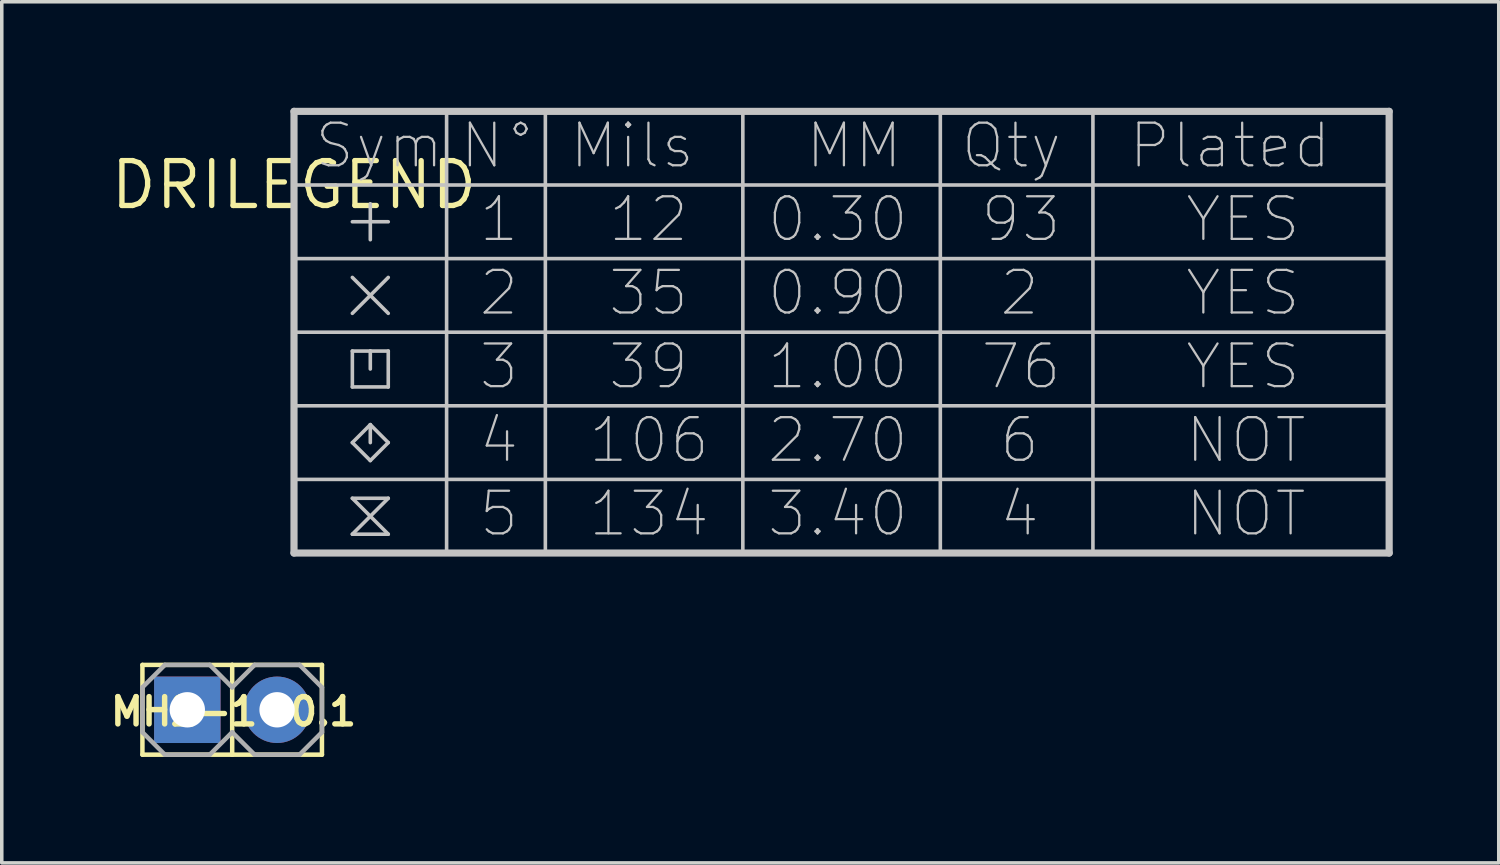
<source format=kicad_pcb>
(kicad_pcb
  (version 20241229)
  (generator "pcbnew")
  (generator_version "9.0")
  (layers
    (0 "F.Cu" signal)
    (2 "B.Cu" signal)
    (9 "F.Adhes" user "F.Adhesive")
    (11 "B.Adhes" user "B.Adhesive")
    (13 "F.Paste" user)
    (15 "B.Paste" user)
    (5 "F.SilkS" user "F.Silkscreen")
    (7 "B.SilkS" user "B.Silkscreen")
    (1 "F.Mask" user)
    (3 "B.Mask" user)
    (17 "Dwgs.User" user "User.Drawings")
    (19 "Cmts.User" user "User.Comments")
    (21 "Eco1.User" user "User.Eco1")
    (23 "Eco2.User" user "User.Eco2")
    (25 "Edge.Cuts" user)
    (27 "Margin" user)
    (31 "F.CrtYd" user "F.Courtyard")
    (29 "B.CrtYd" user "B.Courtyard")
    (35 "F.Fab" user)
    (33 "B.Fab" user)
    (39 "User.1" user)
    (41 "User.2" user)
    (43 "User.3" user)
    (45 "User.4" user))
  (footprint "MH2-1-0.1"
    (layer "F.Cu")
    (at 2.25 17.034)
    (property "Reference" "MH2-1-0.1" (at -2.25 0.05 180) (layer "F.SilkS") (effects (font (size 0.772 0.772) (thickness 0.154)) (justify left)))
    (attr through_hole)
    (fp_line (start -1.27 -1.27) (end -1.27 1.27) (stroke (width 0.127) (type solid)) (layer "F.SilkS"))
    (fp_line (start -1.27 -1.27) (end 1.27 -1.27) (stroke (width 0.127) (type solid)) (layer "F.SilkS"))
    (fp_line (start 1.27 -1.27) (end 1.27 1.27) (stroke (width 0.127) (type solid)) (layer "F.SilkS"))
    (fp_line (start 1.27 -1.27) (end 3.81 -1.27) (stroke (width 0.127) (type solid)) (layer "F.SilkS"))
    (fp_line (start 1.27 1.27) (end -1.27 1.27) (stroke (width 0.127) (type solid)) (layer "F.SilkS"))
    (fp_line (start 3.81 -1.27) (end 3.81 1.27) (stroke (width 0.127) (type solid)) (layer "F.SilkS"))
    (fp_line (start 3.81 1.27) (end 1.27 1.27) (stroke (width 0.127) (type solid)) (layer "F.SilkS"))
    (fp_line (start -1.27 -0.635) (end -1.27 0.635) (stroke (width 0.127) (type solid)) (layer "F.Fab"))
    (fp_line (start -1.27 0.635) (end -0.635 1.27) (stroke (width 0.127) (type solid)) (layer "F.Fab"))
    (fp_line (start -0.635 -1.27) (end -1.27 -0.635) (stroke (width 0.127) (type solid)) (layer "F.Fab"))
    (fp_line (start -0.635 -1.27) (end 0.635 -1.27) (stroke (width 0.127) (type solid)) (layer "F.Fab"))
    (fp_line (start 0.635 -1.27) (end 1.27 -0.635) (stroke (width 0.127) (type solid)) (layer "F.Fab"))
    (fp_line (start 0.635 1.27) (end -0.635 1.27) (stroke (width 0.127) (type solid)) (layer "F.Fab"))
    (fp_line (start 1.27 -0.635) (end 1.905 -1.27) (stroke (width 0.127) (type solid)) (layer "F.Fab"))
    (fp_line (start 1.27 0.635) (end 0.635 1.27) (stroke (width 0.127) (type solid)) (layer "F.Fab"))
    (fp_line (start 1.905 -1.27) (end 3.175 -1.27) (stroke (width 0.127) (type solid)) (layer "F.Fab"))
    (fp_line (start 1.905 1.27) (end 1.27 0.635) (stroke (width 0.127) (type solid)) (layer "F.Fab"))
    (fp_line (start 3.175 -1.27) (end 3.81 -0.635) (stroke (width 0.127) (type solid)) (layer "F.Fab"))
    (fp_line (start 3.175 1.27) (end 1.905 1.27) (stroke (width 0.127) (type solid)) (layer "F.Fab"))
    (fp_line (start 3.81 -0.635) (end 3.81 0.635) (stroke (width 0.127) (type solid)) (layer "F.Fab"))
    (fp_line (start 3.81 0.635) (end 3.175 1.27) (stroke (width 0.127) (type solid)) (layer "F.Fab"))
    (fp_poly (pts (xy -0.254 0.254) (xy 0.254 0.254) (xy 0.254 -0.254) (xy -0.254 -0.254)) (stroke (width 0.1) (type solid)) (fill no) (layer "F.Fab"))
    (fp_poly (pts (xy -0.254 0.254) (xy 0.254 0.254) (xy 0.254 -0.254) (xy -0.254 -0.254)) (stroke (width 0.1) (type solid)) (fill no) (layer "F.Fab"))
    (fp_poly (pts (xy 2.286 0.254) (xy 2.794 0.254) (xy 2.794 -0.254) (xy 2.286 -0.254)) (stroke (width 0.1) (type solid)) (fill no) (layer "F.Fab"))
    (fp_poly (pts (xy 2.286 0.254) (xy 2.794 0.254) (xy 2.794 -0.254) (xy 2.286 -0.254)) (stroke (width 0.1) (type solid)) (fill no) (layer "F.Fab"))
    (pad "1" thru_hole rect (at 0 0 90) (size 1.88 1.88) (drill 1) (layers "*.Cu" "*.Mask"))
    (pad "2" thru_hole circle (at 2.54 0 90) (size 1.88 1.88) (drill 1) (layers "*.Cu" "*.Mask")))
  (footprint "DRILEGEND"
    (layer "F.Cu")
    (at 5.269 2.184)
    (property "Reference" "DRILEGEND" (at 0 0 0) (layer "F.SilkS") (effects (font (size 1.27 1.27) (thickness 0.15))))
    (attr through_hole)
    (fp_line (start 0 -2.083) (end 0 0) (stroke (width 0.102) (type solid)) (layer "Dwgs.User"))
    (fp_line (start 0 -2.083) (end 0 10.414) (stroke (width 0.203) (type solid)) (layer "Dwgs.User"))
    (fp_line (start 0 0) (end 4.318 0) (stroke (width 0.102) (type solid)) (layer "Dwgs.User"))
    (fp_line (start 0 2.083) (end 4.318 2.083) (stroke (width 0.102) (type solid)) (layer "Dwgs.User"))
    (fp_line (start 0 4.166) (end 4.318 4.166) (stroke (width 0.102) (type solid)) (layer "Dwgs.User"))
    (fp_line (start 0 6.248) (end 4.318 6.248) (stroke (width 0.102) (type solid)) (layer "Dwgs.User"))
    (fp_line (start 0 8.331) (end 4.318 8.331) (stroke (width 0.102) (type solid)) (layer "Dwgs.User"))
    (fp_line (start 0 10.414) (end 4.318 10.414) (stroke (width 0.102) (type solid)) (layer "Dwgs.User"))
    (fp_line (start 0 10.414) (end 30.988 10.414) (stroke (width 0.203) (type solid)) (layer "Dwgs.User"))
    (fp_line (start 1.651 1.041) (end 2.667 1.041) (stroke (width 0.102) (type solid)) (layer "Dwgs.User"))
    (fp_line (start 1.651 2.616) (end 2.667 3.632) (stroke (width 0.102) (type solid)) (layer "Dwgs.User"))
    (fp_line (start 1.651 4.699) (end 2.159 4.699) (stroke (width 0.102) (type solid)) (layer "Dwgs.User"))
    (fp_line (start 1.651 5.715) (end 1.651 4.699) (stroke (width 0.102) (type solid)) (layer "Dwgs.User"))
    (fp_line (start 1.651 7.29) (end 2.159 6.782) (stroke (width 0.102) (type solid)) (layer "Dwgs.User"))
    (fp_line (start 1.651 8.865) (end 2.667 8.865) (stroke (width 0.102) (type solid)) (layer "Dwgs.User"))
    (fp_line (start 1.651 9.881) (end 2.667 9.881) (stroke (width 0.102) (type solid)) (layer "Dwgs.User"))
    (fp_line (start 2.159 0.533) (end 2.159 1.549) (stroke (width 0.102) (type solid)) (layer "Dwgs.User"))
    (fp_line (start 2.159 4.699) (end 2.667 4.699) (stroke (width 0.102) (type solid)) (layer "Dwgs.User"))
    (fp_line (start 2.159 5.207) (end 2.159 4.699) (stroke (width 0.102) (type solid)) (layer "Dwgs.User"))
    (fp_line (start 2.159 6.782) (end 2.667 7.29) (stroke (width 0.102) (type solid)) (layer "Dwgs.User"))
    (fp_line (start 2.159 7.29) (end 2.159 6.782) (stroke (width 0.102) (type solid)) (layer "Dwgs.User"))
    (fp_line (start 2.159 7.798) (end 1.651 7.29) (stroke (width 0.102) (type solid)) (layer "Dwgs.User"))
    (fp_line (start 2.667 2.616) (end 1.651 3.632) (stroke (width 0.102) (type solid)) (layer "Dwgs.User"))
    (fp_line (start 2.667 4.699) (end 2.667 5.715) (stroke (width 0.102) (type solid)) (layer "Dwgs.User"))
    (fp_line (start 2.667 5.715) (end 1.651 5.715) (stroke (width 0.102) (type solid)) (layer "Dwgs.User"))
    (fp_line (start 2.667 7.29) (end 2.159 7.798) (stroke (width 0.102) (type solid)) (layer "Dwgs.User"))
    (fp_line (start 2.667 8.865) (end 1.651 9.881) (stroke (width 0.102) (type solid)) (layer "Dwgs.User"))
    (fp_line (start 2.667 9.881) (end 1.651 8.865) (stroke (width 0.102) (type solid)) (layer "Dwgs.User"))
    (fp_line (start 4.318 0) (end 4.318 -2.083) (stroke (width 0.102) (type solid)) (layer "Dwgs.User"))
    (fp_line (start 4.318 0) (end 7.112 0) (stroke (width 0.102) (type solid)) (layer "Dwgs.User"))
    (fp_line (start 4.318 2.083) (end 4.318 0) (stroke (width 0.102) (type solid)) (layer "Dwgs.User"))
    (fp_line (start 4.318 2.083) (end 7.112 2.083) (stroke (width 0.102) (type solid)) (layer "Dwgs.User"))
    (fp_line (start 4.318 4.166) (end 4.318 2.083) (stroke (width 0.102) (type solid)) (layer "Dwgs.User"))
    (fp_line (start 4.318 4.166) (end 7.112 4.166) (stroke (width 0.102) (type solid)) (layer "Dwgs.User"))
    (fp_line (start 4.318 6.248) (end 4.318 4.166) (stroke (width 0.102) (type solid)) (layer "Dwgs.User"))
    (fp_line (start 4.318 6.248) (end 7.112 6.248) (stroke (width 0.102) (type solid)) (layer "Dwgs.User"))
    (fp_line (start 4.318 8.331) (end 4.318 6.248) (stroke (width 0.102) (type solid)) (layer "Dwgs.User"))
    (fp_line (start 4.318 8.331) (end 7.112 8.331) (stroke (width 0.102) (type solid)) (layer "Dwgs.User"))
    (fp_line (start 4.318 10.414) (end 4.318 8.331) (stroke (width 0.102) (type solid)) (layer "Dwgs.User"))
    (fp_line (start 4.318 10.414) (end 7.112 10.414) (stroke (width 0.102) (type solid)) (layer "Dwgs.User"))
    (fp_line (start 7.112 0) (end 7.112 -2.083) (stroke (width 0.102) (type solid)) (layer "Dwgs.User"))
    (fp_line (start 7.112 0) (end 12.7 0) (stroke (width 0.102) (type solid)) (layer "Dwgs.User"))
    (fp_line (start 7.112 2.083) (end 7.112 0) (stroke (width 0.102) (type solid)) (layer "Dwgs.User"))
    (fp_line (start 7.112 2.083) (end 12.7 2.083) (stroke (width 0.102) (type solid)) (layer "Dwgs.User"))
    (fp_line (start 7.112 4.166) (end 7.112 2.083) (stroke (width 0.102) (type solid)) (layer "Dwgs.User"))
    (fp_line (start 7.112 4.166) (end 12.7 4.166) (stroke (width 0.102) (type solid)) (layer "Dwgs.User"))
    (fp_line (start 7.112 6.248) (end 7.112 4.166) (stroke (width 0.102) (type solid)) (layer "Dwgs.User"))
    (fp_line (start 7.112 6.248) (end 12.7 6.248) (stroke (width 0.102) (type solid)) (layer "Dwgs.User"))
    (fp_line (start 7.112 8.331) (end 7.112 6.248) (stroke (width 0.102) (type solid)) (layer "Dwgs.User"))
    (fp_line (start 7.112 8.331) (end 12.7 8.331) (stroke (width 0.102) (type solid)) (layer "Dwgs.User"))
    (fp_line (start 7.112 10.414) (end 7.112 8.331) (stroke (width 0.102) (type solid)) (layer "Dwgs.User"))
    (fp_line (start 7.112 10.414) (end 12.7 10.414) (stroke (width 0.102) (type solid)) (layer "Dwgs.User"))
    (fp_line (start 12.7 0) (end 12.7 -2.083) (stroke (width 0.102) (type solid)) (layer "Dwgs.User"))
    (fp_line (start 12.7 0) (end 18.288 0) (stroke (width 0.102) (type solid)) (layer "Dwgs.User"))
    (fp_line (start 12.7 2.083) (end 12.7 0) (stroke (width 0.102) (type solid)) (layer "Dwgs.User"))
    (fp_line (start 12.7 2.083) (end 18.288 2.083) (stroke (width 0.102) (type solid)) (layer "Dwgs.User"))
    (fp_line (start 12.7 4.166) (end 12.7 2.083) (stroke (width 0.102) (type solid)) (layer "Dwgs.User"))
    (fp_line (start 12.7 4.166) (end 18.288 4.166) (stroke (width 0.102) (type solid)) (layer "Dwgs.User"))
    (fp_line (start 12.7 6.248) (end 12.7 4.166) (stroke (width 0.102) (type solid)) (layer "Dwgs.User"))
    (fp_line (start 12.7 6.248) (end 18.288 6.248) (stroke (width 0.102) (type solid)) (layer "Dwgs.User"))
    (fp_line (start 12.7 8.331) (end 12.7 6.248) (stroke (width 0.102) (type solid)) (layer "Dwgs.User"))
    (fp_line (start 12.7 8.331) (end 18.288 8.331) (stroke (width 0.102) (type solid)) (layer "Dwgs.User"))
    (fp_line (start 12.7 10.414) (end 12.7 8.331) (stroke (width 0.102) (type solid)) (layer "Dwgs.User"))
    (fp_line (start 12.7 10.414) (end 18.288 10.414) (stroke (width 0.102) (type solid)) (layer "Dwgs.User"))
    (fp_line (start 18.288 0) (end 18.288 -2.083) (stroke (width 0.102) (type solid)) (layer "Dwgs.User"))
    (fp_line (start 18.288 0) (end 22.606 0) (stroke (width 0.102) (type solid)) (layer "Dwgs.User"))
    (fp_line (start 18.288 2.083) (end 18.288 0) (stroke (width 0.102) (type solid)) (layer "Dwgs.User"))
    (fp_line (start 18.288 2.083) (end 22.606 2.083) (stroke (width 0.102) (type solid)) (layer "Dwgs.User"))
    (fp_line (start 18.288 4.166) (end 18.288 2.083) (stroke (width 0.102) (type solid)) (layer "Dwgs.User"))
    (fp_line (start 18.288 4.166) (end 22.606 4.166) (stroke (width 0.102) (type solid)) (layer "Dwgs.User"))
    (fp_line (start 18.288 6.248) (end 18.288 4.166) (stroke (width 0.102) (type solid)) (layer "Dwgs.User"))
    (fp_line (start 18.288 6.248) (end 22.606 6.248) (stroke (width 0.102) (type solid)) (layer "Dwgs.User"))
    (fp_line (start 18.288 8.331) (end 18.288 6.248) (stroke (width 0.102) (type solid)) (layer "Dwgs.User"))
    (fp_line (start 18.288 8.331) (end 22.606 8.331) (stroke (width 0.102) (type solid)) (layer "Dwgs.User"))
    (fp_line (start 18.288 10.414) (end 18.288 8.331) (stroke (width 0.102) (type solid)) (layer "Dwgs.User"))
    (fp_line (start 18.288 10.414) (end 22.606 10.414) (stroke (width 0.102) (type solid)) (layer "Dwgs.User"))
    (fp_line (start 22.606 0) (end 22.606 -2.083) (stroke (width 0.102) (type solid)) (layer "Dwgs.User"))
    (fp_line (start 22.606 0) (end 30.988 0) (stroke (width 0.102) (type solid)) (layer "Dwgs.User"))
    (fp_line (start 22.606 2.083) (end 22.606 0) (stroke (width 0.102) (type solid)) (layer "Dwgs.User"))
    (fp_line (start 22.606 2.083) (end 30.988 2.083) (stroke (width 0.102) (type solid)) (layer "Dwgs.User"))
    (fp_line (start 22.606 4.166) (end 22.606 2.083) (stroke (width 0.102) (type solid)) (layer "Dwgs.User"))
    (fp_line (start 22.606 4.166) (end 30.988 4.166) (stroke (width 0.102) (type solid)) (layer "Dwgs.User"))
    (fp_line (start 22.606 6.248) (end 22.606 4.166) (stroke (width 0.102) (type solid)) (layer "Dwgs.User"))
    (fp_line (start 22.606 6.248) (end 30.988 6.248) (stroke (width 0.102) (type solid)) (layer "Dwgs.User"))
    (fp_line (start 22.606 8.331) (end 22.606 6.248) (stroke (width 0.102) (type solid)) (layer "Dwgs.User"))
    (fp_line (start 22.606 8.331) (end 30.988 8.331) (stroke (width 0.102) (type solid)) (layer "Dwgs.User"))
    (fp_line (start 22.606 10.414) (end 22.606 8.331) (stroke (width 0.102) (type solid)) (layer "Dwgs.User"))
    (fp_line (start 22.606 10.414) (end 30.988 10.414) (stroke (width 0.102) (type solid)) (layer "Dwgs.User"))
    (fp_line (start 30.988 -2.083) (end 0 -2.083) (stroke (width 0.203) (type solid)) (layer "Dwgs.User"))
    (fp_line (start 30.988 0) (end 30.988 -2.083) (stroke (width 0.102) (type solid)) (layer "Dwgs.User"))
    (fp_line (start 30.988 2.083) (end 30.988 0) (stroke (width 0.102) (type solid)) (layer "Dwgs.User"))
    (fp_line (start 30.988 4.166) (end 30.988 2.083) (stroke (width 0.102) (type solid)) (layer "Dwgs.User"))
    (fp_line (start 30.988 6.248) (end 30.988 4.166) (stroke (width 0.102) (type solid)) (layer "Dwgs.User"))
    (fp_line (start 30.988 8.331) (end 30.988 6.248) (stroke (width 0.102) (type solid)) (layer "Dwgs.User"))
    (fp_line (start 30.988 10.414) (end 30.988 -2.083) (stroke (width 0.203) (type solid)) (layer "Dwgs.User"))
    (fp_line (start 30.988 10.414) (end 30.988 8.331) (stroke (width 0.102) (type solid)) (layer "Dwgs.User"))
    (fp_text user "93" (at 19.38 1.676 0) (layer "Dwgs.User") (effects (font (size 1.206 1.206) (thickness 0.064)) (justify left bottom)))
    (fp_text user "1" (at 5.182 1.676 0) (layer "Dwgs.User") (effects (font (size 1.206 1.206) (thickness 0.064)) (justify left bottom)))
    (fp_text user "MM" (at 14.427 -0.406 0) (layer "Dwgs.User") (effects (font (size 1.206 1.206) (thickness 0.064)) (justify left bottom)))
    (fp_text user "2" (at 19.914 3.759 0) (layer "Dwgs.User") (effects (font (size 1.206 1.206) (thickness 0.064)) (justify left bottom)))
    (fp_text user "35" (at 8.839 3.759 0) (layer "Dwgs.User") (effects (font (size 1.206 1.206) (thickness 0.064)) (justify left bottom)))
    (fp_text user "1.00" (at 13.335 5.842 0) (layer "Dwgs.User") (effects (font (size 1.206 1.206) (thickness 0.064)) (justify left bottom)))
    (fp_text user "76" (at 19.38 5.842 0) (layer "Dwgs.User") (effects (font (size 1.206 1.206) (thickness 0.064)) (justify left bottom)))
    (fp_text user "3.40" (at 13.335 10.008 0) (layer "Dwgs.User") (effects (font (size 1.206 1.206) (thickness 0.064)) (justify left bottom)))
    (fp_text user "4" (at 19.914 10.008 0) (layer "Dwgs.User") (effects (font (size 1.206 1.206) (thickness 0.064)) (justify left bottom)))
    (fp_text user "NOT" (at 25.171 10.008 0) (layer "Dwgs.User") (effects (font (size 1.206 1.206) (thickness 0.064)) (justify left bottom)))
    (fp_text user "YES" (at 25.171 5.842 0) (layer "Dwgs.User") (effects (font (size 1.206 1.206) (thickness 0.064)) (justify left bottom)))
    (fp_text user "5" (at 5.182 10.008 0) (layer "Dwgs.User") (effects (font (size 1.206 1.206) (thickness 0.064)) (justify left bottom)))
    (fp_text user "12" (at 8.839 1.676 0) (layer "Dwgs.User") (effects (font (size 1.206 1.206) (thickness 0.064)) (justify left bottom)))
    (fp_text user "NOT" (at 25.171 7.925 0) (layer "Dwgs.User") (effects (font (size 1.206 1.206) (thickness 0.064)) (justify left bottom)))
    (fp_text user "3" (at 5.182 5.842 0) (layer "Dwgs.User") (effects (font (size 1.206 1.206) (thickness 0.064)) (justify left bottom)))
    (fp_text user "0.30" (at 13.335 1.676 0) (layer "Dwgs.User") (effects (font (size 1.206 1.206) (thickness 0.064)) (justify left bottom)))
    (fp_text user "YES" (at 25.171 1.676 0) (layer "Dwgs.User") (effects (font (size 1.206 1.206) (thickness 0.064)) (justify left bottom)))
    (fp_text user "Plated" (at 23.571 -0.406 0) (layer "Dwgs.User") (effects (font (size 1.206 1.206) (thickness 0.064)) (justify left bottom)))
    (fp_text user "N°" (at 4.648 -0.406 0) (layer "Dwgs.User") (effects (font (size 1.206 1.206) (thickness 0.064)) (justify left bottom)))
    (fp_text user "106" (at 8.28 7.925 0) (layer "Dwgs.User") (effects (font (size 1.206 1.206) (thickness 0.064)) (justify left bottom)))
    (fp_text user "2.70" (at 13.335 7.925 0) (layer "Dwgs.User") (effects (font (size 1.206 1.206) (thickness 0.064)) (justify left bottom)))
    (fp_text user "Mils" (at 7.747 -0.406 0) (layer "Dwgs.User") (effects (font (size 1.206 1.206) (thickness 0.064)) (justify left bottom)))
    (fp_text user "0.90" (at 13.335 3.759 0) (layer "Dwgs.User") (effects (font (size 1.206 1.206) (thickness 0.064)) (justify left bottom)))
    (fp_text user "Qty" (at 18.821 -0.406 0) (layer "Dwgs.User") (effects (font (size 1.206 1.206) (thickness 0.064)) (justify left bottom)))
    (fp_text user "39" (at 8.839 5.842 0) (layer "Dwgs.User") (effects (font (size 1.206 1.206) (thickness 0.064)) (justify left bottom)))
    (fp_text user "6" (at 19.914 7.925 0) (layer "Dwgs.User") (effects (font (size 1.206 1.206) (thickness 0.064)) (justify left bottom)))
    (fp_text user "YES" (at 25.171 3.759 0) (layer "Dwgs.User") (effects (font (size 1.206 1.206) (thickness 0.064)) (justify left bottom)))
    (fp_text user "Sym" (at 0.533 -0.406 0) (layer "Dwgs.User") (effects (font (size 1.206 1.206) (thickness 0.064)) (justify left bottom)))
    (fp_text user "2" (at 5.182 3.759 0) (layer "Dwgs.User") (effects (font (size 1.206 1.206) (thickness 0.064)) (justify left bottom)))
    (fp_text user "4" (at 5.182 7.925 0) (layer "Dwgs.User") (effects (font (size 1.206 1.206) (thickness 0.064)) (justify left bottom)))
    (fp_text user "134" (at 8.28 10.008 0) (layer "Dwgs.User") (effects (font (size 1.206 1.206) (thickness 0.064)) (justify left bottom))))
  (gr_rect
    (start -3 -3)
    (end 39.358 21.367)
    (stroke (width 0.1) (type default))
    (fill no)
    (layer "Edge.Cuts")))
</source>
